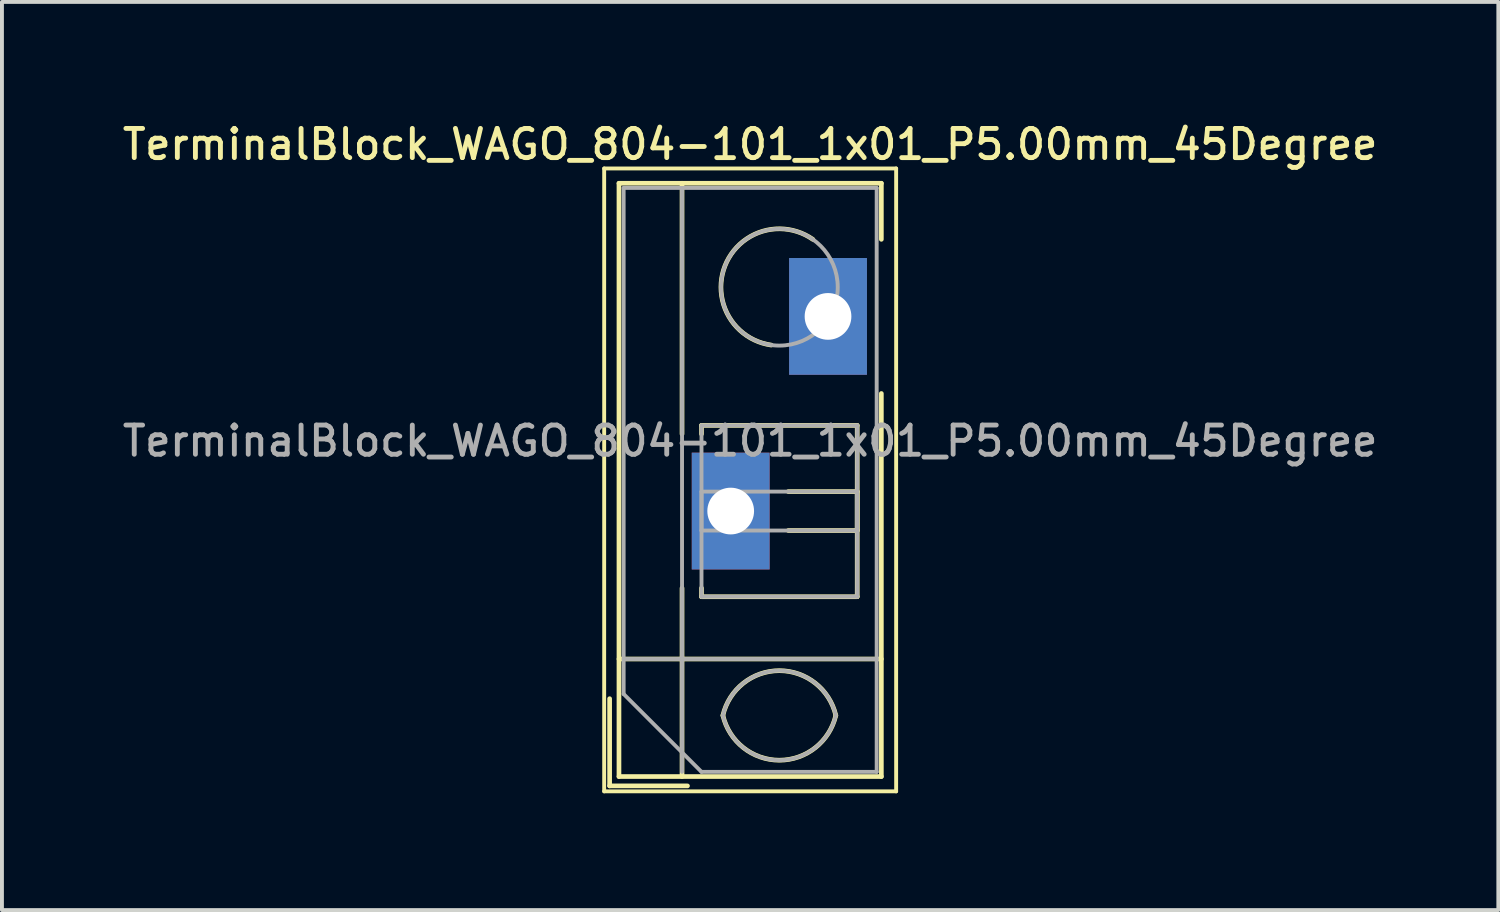
<source format=kicad_pcb>
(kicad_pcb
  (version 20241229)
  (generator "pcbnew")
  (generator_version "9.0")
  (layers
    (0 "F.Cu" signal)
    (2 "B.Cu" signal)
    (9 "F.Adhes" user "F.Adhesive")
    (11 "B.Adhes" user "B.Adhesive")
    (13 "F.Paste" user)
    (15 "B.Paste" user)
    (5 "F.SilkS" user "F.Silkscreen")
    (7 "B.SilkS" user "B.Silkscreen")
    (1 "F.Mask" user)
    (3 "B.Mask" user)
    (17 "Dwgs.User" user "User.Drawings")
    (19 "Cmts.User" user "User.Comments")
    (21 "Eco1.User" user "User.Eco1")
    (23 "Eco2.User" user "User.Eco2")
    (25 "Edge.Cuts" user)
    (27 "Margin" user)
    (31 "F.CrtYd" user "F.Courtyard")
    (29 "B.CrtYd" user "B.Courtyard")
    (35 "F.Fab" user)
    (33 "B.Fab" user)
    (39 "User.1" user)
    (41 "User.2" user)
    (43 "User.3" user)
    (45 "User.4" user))
  (footprint "TerminalBlock_WAGO_804-101_1x01_P5.00mm_45Degree"
    (layer "F.Cu")
    (at 15.72 10.078)
    (property "Reference" "TerminalBlock_WAGO_804-101_1x01_P5.00mm_45Degree" (at 0.5 -9.42 0) (layer "F.SilkS") (effects (font (size 0.75 0.75) (thickness 0.125))))
    (attr through_hole)
    (fp_line (start -3.25 -8.8) (end -3.25 7.2) (stroke (width 0.1) (type solid)) (layer "F.SilkS"))
    (fp_line (start -3.25 7.2) (end 4.25 7.2) (stroke (width 0.1) (type solid)) (layer "F.SilkS"))
    (fp_line (start -3.11 4.82) (end -3.11 7.06) (stroke (width 0.12) (type solid)) (layer "F.SilkS"))
    (fp_line (start -3.11 7.06) (end -1.11 7.06) (stroke (width 0.12) (type solid)) (layer "F.SilkS"))
    (fp_line (start -2.87 -8.42) (end -2.87 6.82) (stroke (width 0.12) (type solid)) (layer "F.SilkS"))
    (fp_line (start -2.87 -8.42) (end 3.87 -8.42) (stroke (width 0.12) (type solid)) (layer "F.SilkS"))
    (fp_line (start -2.87 3.8) (end 3.87 3.8) (stroke (width 0.12) (type solid)) (layer "F.SilkS"))
    (fp_line (start -2.87 6.82) (end 3.87 6.82) (stroke (width 0.12) (type solid)) (layer "F.SilkS"))
    (fp_line (start -1.25 -8.42) (end -1.25 -1.98) (stroke (width 0.12) (type solid)) (layer "F.SilkS"))
    (fp_line (start -1.25 1.98) (end -1.25 6.82) (stroke (width 0.12) (type solid)) (layer "F.SilkS"))
    (fp_line (start -0.75 -2.2) (end -0.75 -1.98) (stroke (width 0.12) (type solid)) (layer "F.SilkS"))
    (fp_line (start -0.75 -2.2) (end 3.25 -2.2) (stroke (width 0.12) (type solid)) (layer "F.SilkS"))
    (fp_line (start -0.75 1.98) (end -0.75 2.2) (stroke (width 0.12) (type solid)) (layer "F.SilkS"))
    (fp_line (start -0.75 2.2) (end 3.25 2.2) (stroke (width 0.12) (type solid)) (layer "F.SilkS"))
    (fp_line (start 1.48 -0.5) (end 3.25 -0.5) (stroke (width 0.12) (type solid)) (layer "F.SilkS"))
    (fp_line (start 1.48 0.5) (end 3.25 0.5) (stroke (width 0.12) (type solid)) (layer "F.SilkS"))
    (fp_line (start 3.25 -2.2) (end 3.25 2.2) (stroke (width 0.12) (type solid)) (layer "F.SilkS"))
    (fp_line (start 3.25 -0.5) (end 3.25 0.5) (stroke (width 0.12) (type solid)) (layer "F.SilkS"))
    (fp_line (start 3.87 -8.42) (end 3.87 -6.98) (stroke (width 0.12) (type solid)) (layer "F.SilkS"))
    (fp_line (start 3.87 -3.02) (end 3.87 6.82) (stroke (width 0.12) (type solid)) (layer "F.SilkS"))
    (fp_line (start 4.25 -8.8) (end -3.25 -8.8) (stroke (width 0.1) (type solid)) (layer "F.SilkS"))
    (fp_line (start 4.25 7.2) (end 4.25 -8.8) (stroke (width 0.1) (type solid)) (layer "F.SilkS"))
    (fp_arc (start -0.200865 5.250424) (mid 1.250296 4.099926) (end 2.701 5.251) (stroke (width 0.12) (type solid)) (layer "F.SilkS"))
    (fp_arc (start 1.040798 -4.264067) (mid -0.146039 -6.300306) (end 2.111 -6.979) (stroke (width 0.12) (type solid)) (layer "F.SilkS"))
    (fp_arc (start 2.7 5.25) (mid 1.250068 6.400101) (end -0.199969 5.250133) (stroke (width 0.12) (type solid)) (layer "F.SilkS"))
    (fp_line (start -2.75 -8.3) (end 3.75 -8.3) (stroke (width 0.1) (type solid)) (layer "F.Fab"))
    (fp_line (start -2.75 3.8) (end 3.75 3.8) (stroke (width 0.1) (type solid)) (layer "F.Fab"))
    (fp_line (start -2.75 4.7) (end -2.75 -8.3) (stroke (width 0.1) (type solid)) (layer "F.Fab"))
    (fp_line (start -1.25 -8.3) (end -1.25 6.7) (stroke (width 0.1) (type solid)) (layer "F.Fab"))
    (fp_line (start -0.75 -2.2) (end -0.75 2.2) (stroke (width 0.1) (type solid)) (layer "F.Fab"))
    (fp_line (start -0.75 -0.5) (end -0.75 0.5) (stroke (width 0.1) (type solid)) (layer "F.Fab"))
    (fp_line (start -0.75 0.5) (end 3.25 0.5) (stroke (width 0.1) (type solid)) (layer "F.Fab"))
    (fp_line (start -0.75 2.2) (end 3.25 2.2) (stroke (width 0.1) (type solid)) (layer "F.Fab"))
    (fp_line (start -0.75 6.7) (end -2.75 4.7) (stroke (width 0.1) (type solid)) (layer "F.Fab"))
    (fp_line (start 3.25 -2.2) (end -0.75 -2.2) (stroke (width 0.1) (type solid)) (layer "F.Fab"))
    (fp_line (start 3.25 -0.5) (end -0.75 -0.5) (stroke (width 0.1) (type solid)) (layer "F.Fab"))
    (fp_line (start 3.25 0.5) (end 3.25 -0.5) (stroke (width 0.1) (type solid)) (layer "F.Fab"))
    (fp_line (start 3.25 2.2) (end 3.25 -2.2) (stroke (width 0.1) (type solid)) (layer "F.Fab"))
    (fp_line (start 3.75 -8.3) (end 3.75 6.7) (stroke (width 0.1) (type solid)) (layer "F.Fab"))
    (fp_line (start 3.75 6.7) (end -0.75 6.7) (stroke (width 0.1) (type solid)) (layer "F.Fab"))
    (fp_arc (start -0.200865 5.250424) (mid 1.250296 4.099926) (end 2.701 5.251) (stroke (width 0.1) (type solid)) (layer "F.Fab"))
    (fp_arc (start 2.7 5.25) (mid 1.250068 6.400101) (end -0.199969 5.250133) (stroke (width 0.1) (type solid)) (layer "F.Fab"))
    (fp_circle (center 1.25 -5.75) (end 2.75 -5.75) (stroke (width 0.1) (type solid)) (fill no) (layer "F.Fab"))
    (fp_text user "${REFERENCE}" (at 0.5 -1.8 0) (layer "F.Fab") (effects (font (size 0.75 0.75) (thickness 0.125))))
    (pad "1" thru_hole rect (at 0 0) (size 2 3) (drill 1.2) (layers "*.Cu" "*.Mask"))
    (pad "1" thru_hole rect (at 2.5 -5) (size 2 3) (drill 1.2) (layers "*.Cu" "*.Mask")))
  (gr_rect
    (start -3 -3)
    (end 35.439 20.328)
    (stroke (width 0.1) (type default))
    (fill no)
    (layer "Edge.Cuts")))
</source>
